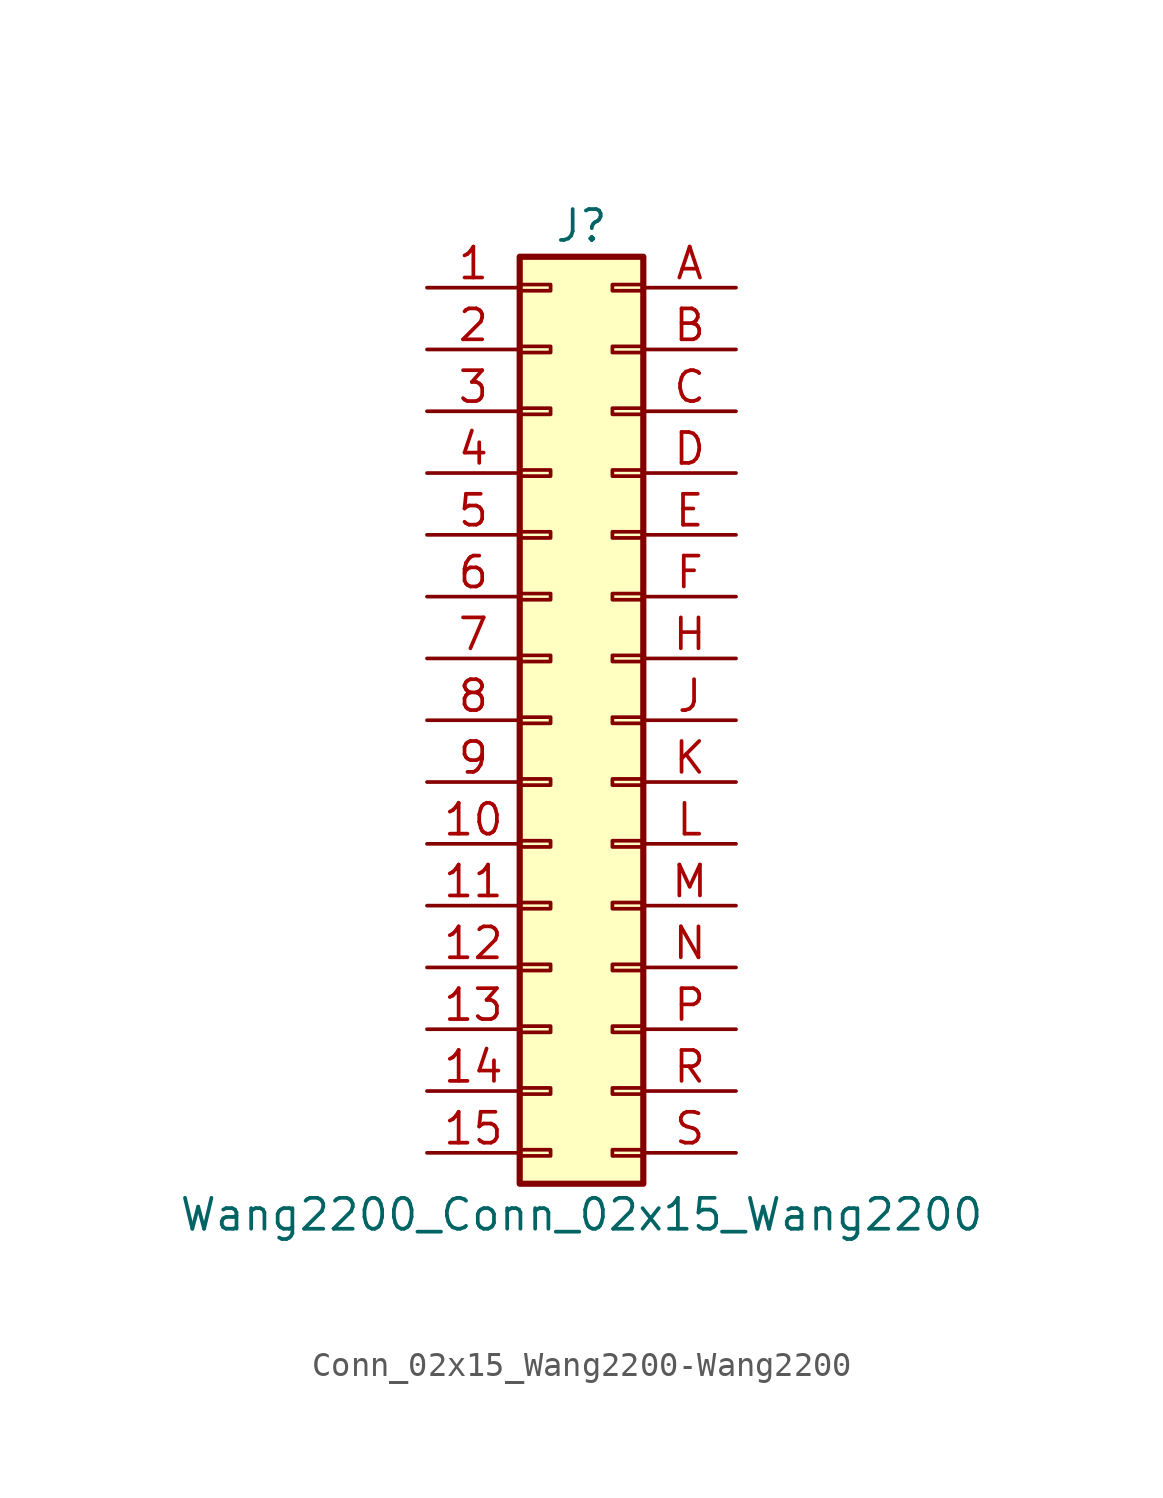
<source format=kicad_sym>
(kicad_symbol_lib
  (version 20220914)
  (generator kicad_symbol_editor)
  (symbol "Conn_02x15_Wang2200-Wang2200"
    (pin_names
      (offset 1.016) hide)
    (property "Reference" "J"
      (at 1.27 20.32 0)
      (effects (font (size 1.27 1.27))))
    (property "Value" "Wang2200_Conn_02x15_Wang2200"
      (at 1.27 -20.32 0)
      (effects (font (size 1.27 1.27))))
    (symbol "Conn_02x15_Wang2200-Wang2200_1_1"
      (rectangle (start -1.27 -17.653) (end 0 -17.907) (stroke (width 0.152) (type solid)) (fill (type none)))
      (rectangle (start -1.27 -15.113) (end 0 -15.367) (stroke (width 0.152) (type solid)) (fill (type none)))
      (rectangle (start -1.27 -12.573) (end 0 -12.827) (stroke (width 0.152) (type solid)) (fill (type none)))
      (rectangle (start -1.27 -10.033) (end 0 -10.287) (stroke (width 0.152) (type solid)) (fill (type none)))
      (rectangle (start -1.27 -7.493) (end 0 -7.747) (stroke (width 0.152) (type solid)) (fill (type none)))
      (rectangle (start -1.27 -4.953) (end 0 -5.207) (stroke (width 0.152) (type solid)) (fill (type none)))
      (rectangle (start -1.27 -2.413) (end 0 -2.667) (stroke (width 0.152) (type solid)) (fill (type none)))
      (rectangle (start -1.27 0.127) (end 0 -0.127) (stroke (width 0.152) (type solid)) (fill (type none)))
      (rectangle (start -1.27 2.667) (end 0 2.413) (stroke (width 0.152) (type solid)) (fill (type none)))
      (rectangle (start -1.27 5.207) (end 0 4.953) (stroke (width 0.152) (type solid)) (fill (type none)))
      (rectangle (start -1.27 7.747) (end 0 7.493) (stroke (width 0.152) (type solid)) (fill (type none)))
      (rectangle (start -1.27 10.287) (end 0 10.033) (stroke (width 0.152) (type solid)) (fill (type none)))
      (rectangle (start -1.27 12.827) (end 0 12.573) (stroke (width 0.152) (type solid)) (fill (type none)))
      (rectangle (start -1.27 15.367) (end 0 15.113) (stroke (width 0.152) (type solid)) (fill (type none)))
      (rectangle (start -1.27 17.907) (end 0 17.653) (stroke (width 0.152) (type solid)) (fill (type none)))
      (rectangle (start -1.27 19.05) (end 3.81 -19.05) (stroke (width 0.254) (type solid)) (fill (type background)))
      (rectangle (start 3.81 -17.653) (end 2.54 -17.907) (stroke (width 0.152) (type solid)) (fill (type none)))
      (rectangle (start 3.81 -15.113) (end 2.54 -15.367) (stroke (width 0.152) (type solid)) (fill (type none)))
      (rectangle (start 3.81 -12.573) (end 2.54 -12.827) (stroke (width 0.152) (type solid)) (fill (type none)))
      (rectangle (start 3.81 -10.033) (end 2.54 -10.287) (stroke (width 0.152) (type solid)) (fill (type none)))
      (rectangle (start 3.81 -7.493) (end 2.54 -7.747) (stroke (width 0.152) (type solid)) (fill (type none)))
      (rectangle (start 3.81 -4.953) (end 2.54 -5.207) (stroke (width 0.152) (type solid)) (fill (type none)))
      (rectangle (start 3.81 -2.413) (end 2.54 -2.667) (stroke (width 0.152) (type solid)) (fill (type none)))
      (rectangle (start 3.81 0.127) (end 2.54 -0.127) (stroke (width 0.152) (type solid)) (fill (type none)))
      (rectangle (start 3.81 2.667) (end 2.54 2.413) (stroke (width 0.152) (type solid)) (fill (type none)))
      (rectangle (start 3.81 5.207) (end 2.54 4.953) (stroke (width 0.152) (type solid)) (fill (type none)))
      (rectangle (start 3.81 7.747) (end 2.54 7.493) (stroke (width 0.152) (type solid)) (fill (type none)))
      (rectangle (start 3.81 10.287) (end 2.54 10.033) (stroke (width 0.152) (type solid)) (fill (type none)))
      (rectangle (start 3.81 12.827) (end 2.54 12.573) (stroke (width 0.152) (type solid)) (fill (type none)))
      (rectangle (start 3.81 15.367) (end 2.54 15.113) (stroke (width 0.152) (type solid)) (fill (type none)))
      (rectangle (start 3.81 17.907) (end 2.54 17.653) (stroke (width 0.152) (type solid)) (fill (type none)))
      (pin passive line (at -5.08 17.78 0) (length 3.81) (name "1" (effects (font (size 1.27 1.27)))) (number "1" (effects (font (size 1.27 1.27)))))
      (pin passive line (at -5.08 -5.08 0) (length 3.81) (name "10" (effects (font (size 1.27 1.27)))) (number "10" (effects (font (size 1.27 1.27)))))
      (pin passive line (at -5.08 -7.62 0) (length 3.81) (name "11" (effects (font (size 1.27 1.27)))) (number "11" (effects (font (size 1.27 1.27)))))
      (pin passive line (at -5.08 -10.16 0) (length 3.81) (name "12" (effects (font (size 1.27 1.27)))) (number "12" (effects (font (size 1.27 1.27)))))
      (pin passive line (at -5.08 -12.7 0) (length 3.81) (name "13" (effects (font (size 1.27 1.27)))) (number "13" (effects (font (size 1.27 1.27)))))
      (pin passive line (at -5.08 -15.24 0) (length 3.81) (name "14" (effects (font (size 1.27 1.27)))) (number "14" (effects (font (size 1.27 1.27)))))
      (pin passive line (at -5.08 -17.78 0) (length 3.81) (name "15" (effects (font (size 1.27 1.27)))) (number "15" (effects (font (size 1.27 1.27)))))
      (pin passive line (at -5.08 15.24 0) (length 3.81) (name "2" (effects (font (size 1.27 1.27)))) (number "2" (effects (font (size 1.27 1.27)))))
      (pin passive line (at -5.08 12.7 0) (length 3.81) (name "3" (effects (font (size 1.27 1.27)))) (number "3" (effects (font (size 1.27 1.27)))))
      (pin passive line (at -5.08 10.16 0) (length 3.81) (name "4" (effects (font (size 1.27 1.27)))) (number "4" (effects (font (size 1.27 1.27)))))
      (pin passive line (at -5.08 7.62 0) (length 3.81) (name "5" (effects (font (size 1.27 1.27)))) (number "5" (effects (font (size 1.27 1.27)))))
      (pin passive line (at -5.08 5.08 0) (length 3.81) (name "6" (effects (font (size 1.27 1.27)))) (number "6" (effects (font (size 1.27 1.27)))))
      (pin passive line (at -5.08 2.54 0) (length 3.81) (name "7" (effects (font (size 1.27 1.27)))) (number "7" (effects (font (size 1.27 1.27)))))
      (pin passive line (at -5.08 0 0) (length 3.81) (name "8" (effects (font (size 1.27 1.27)))) (number "8" (effects (font (size 1.27 1.27)))))
      (pin passive line (at -5.08 -2.54 0) (length 3.81) (name "9" (effects (font (size 1.27 1.27)))) (number "9" (effects (font (size 1.27 1.27)))))
      (pin passive line (at 7.62 17.78 180) (length 3.81) (name "A" (effects (font (size 1.27 1.27)))) (number "A" (effects (font (size 1.27 1.27)))))
      (pin passive line (at 7.62 15.24 180) (length 3.81) (name "B" (effects (font (size 1.27 1.27)))) (number "B" (effects (font (size 1.27 1.27)))))
      (pin passive line (at 7.62 12.7 180) (length 3.81) (name "C" (effects (font (size 1.27 1.27)))) (number "C" (effects (font (size 1.27 1.27)))))
      (pin passive line (at 7.62 10.16 180) (length 3.81) (name "D" (effects (font (size 1.27 1.27)))) (number "D" (effects (font (size 1.27 1.27)))))
      (pin passive line (at 7.62 7.62 180) (length 3.81) (name "E" (effects (font (size 1.27 1.27)))) (number "E" (effects (font (size 1.27 1.27)))))
      (pin passive line (at 7.62 5.08 180) (length 3.81) (name "G" (effects (font (size 1.27 1.27)))) (number "F" (effects (font (size 1.27 1.27)))))
      (pin passive line (at 7.62 2.54 180) (length 3.81) (name "H" (effects (font (size 1.27 1.27)))) (number "H" (effects (font (size 1.27 1.27)))))
      (pin passive line (at 7.62 0 180) (length 3.81) (name "J" (effects (font (size 1.27 1.27)))) (number "J" (effects (font (size 1.27 1.27)))))
      (pin passive line (at 7.62 -2.54 180) (length 3.81) (name "K" (effects (font (size 1.27 1.27)))) (number "K" (effects (font (size 1.27 1.27)))))
      (pin passive line (at 7.62 -5.08 180) (length 3.81) (name "L" (effects (font (size 1.27 1.27)))) (number "L" (effects (font (size 1.27 1.27)))))
      (pin passive line (at 7.62 -7.62 180) (length 3.81) (name "M" (effects (font (size 1.27 1.27)))) (number "M" (effects (font (size 1.27 1.27)))))
      (pin passive line (at 7.62 -10.16 180) (length 3.81) (name "N" (effects (font (size 1.27 1.27)))) (number "N" (effects (font (size 1.27 1.27)))))
      (pin passive line (at 7.62 -12.7 180) (length 3.81) (name "P" (effects (font (size 1.27 1.27)))) (number "P" (effects (font (size 1.27 1.27)))))
      (pin passive line (at 7.62 -15.24 180) (length 3.81) (name "R" (effects (font (size 1.27 1.27)))) (number "R" (effects (font (size 1.27 1.27)))))
      (pin passive line (at 7.62 -17.78 180) (length 3.81) (name "S" (effects (font (size 1.27 1.27)))) (number "S" (effects (font (size 1.27 1.27))))))))
</source>
